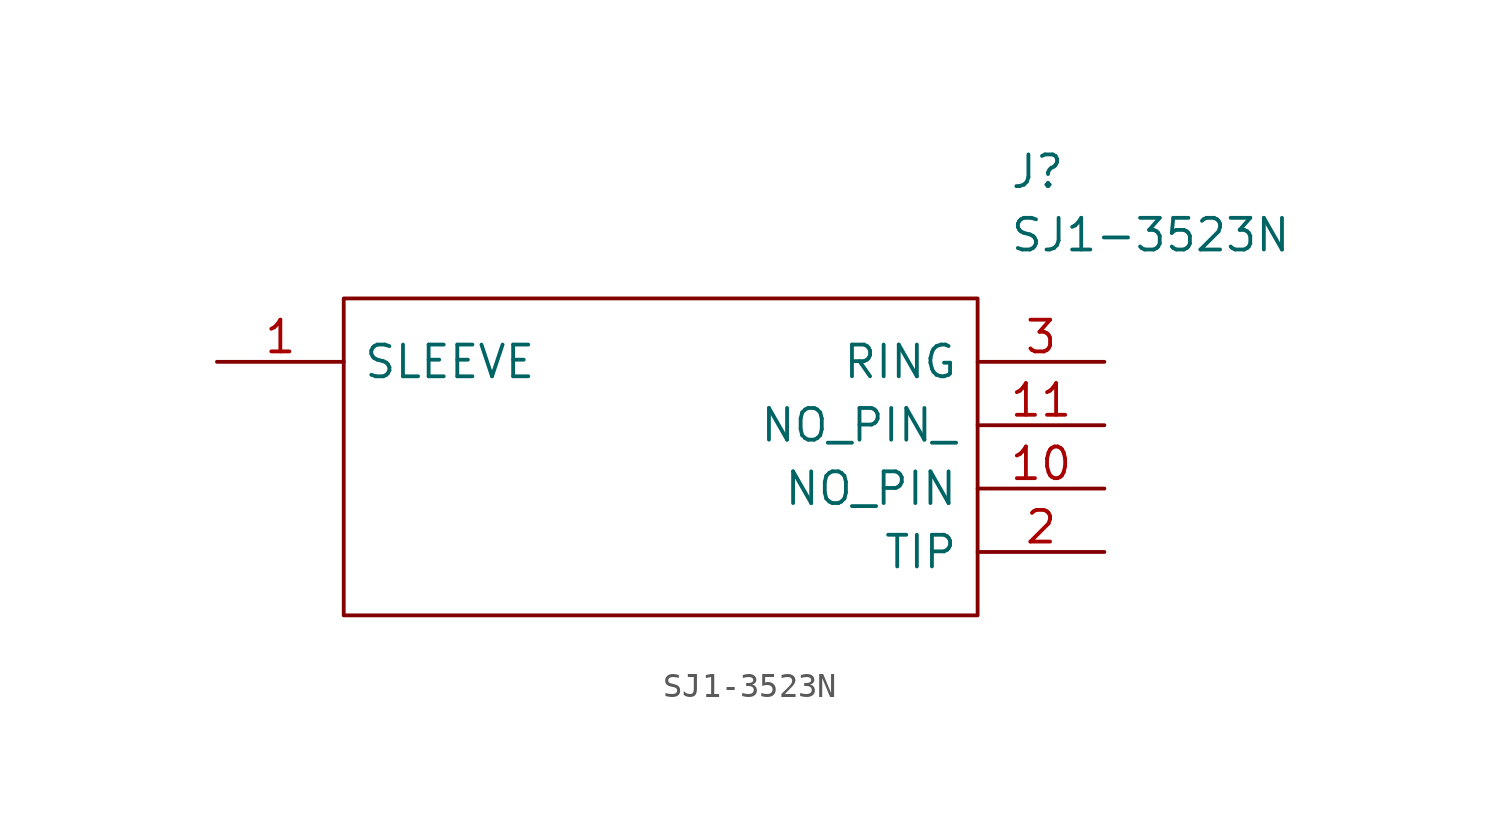
<source format=kicad_sym>
(kicad_symbol_lib
  (version 20211014)
  (generator kicad_symbol_editor)
  (symbol "SJ1-3523N"
    (pin_names
      (offset 0.762))
    (property "Reference" "J"
      (at 31.75 7.62 0)
      (effects (font (size 1.27 1.27)) (justify left)))
    (property "Value" "SJ1-3523N"
      (at 31.75 5.08 0)
      (effects (font (size 1.27 1.27)) (justify left)))
    (symbol "SJ1-3523N_0_0"
      (pin passive line (at 0 0 0) (length 5.08) (name "SLEEVE" (effects (font (size 1.27 1.27)))) (number "1" (effects (font (size 1.27 1.27)))))
      (pin passive line (at 35.56 -5.08 180) (length 5.08) (name "NO_PIN" (effects (font (size 1.27 1.27)))) (number "10" (effects (font (size 1.27 1.27)))))
      (pin passive line (at 35.56 -2.54 180) (length 5.08) (name "NO_PIN_" (effects (font (size 1.27 1.27)))) (number "11" (effects (font (size 1.27 1.27)))))
      (pin passive line (at 35.56 -7.62 180) (length 5.08) (name "TIP" (effects (font (size 1.27 1.27)))) (number "2" (effects (font (size 1.27 1.27)))))
      (pin passive line (at 35.56 0 180) (length 5.08) (name "RING" (effects (font (size 1.27 1.27)))) (number "3" (effects (font (size 1.27 1.27))))))
    (symbol "SJ1-3523N_0_1"
      (polyline (pts (xy 5.08 2.54) (xy 30.48 2.54) (xy 30.48 -10.16) (xy 5.08 -10.16) (xy 5.08 2.54)) (stroke (width 0.152) (type default) (color 0 0 0 0)) (fill (type none))))))
</source>
